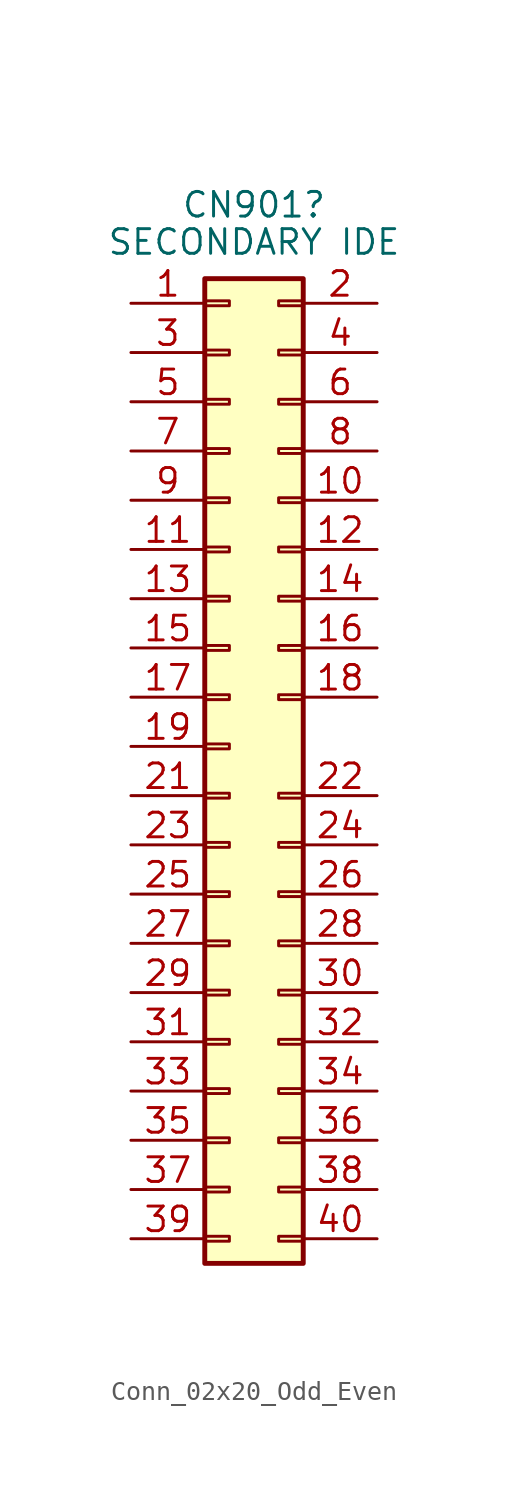
<source format=kicad_sym>
(kicad_symbol_lib
  (version 20220914)
  (generator kicad_symbol_editor)
  (symbol "Conn_02x20_Odd_Even"
    (pin_names
      (offset 1.016) hide)
    (property "Reference" "CN901"
      (at 1.27 27.94 0)
      (effects (font (size 1.27 1.27))))
    (property "Value" "SECONDARY IDE"
      (at 1.27 26.019 0)
      (effects (font (size 1.27 1.27))))
    (symbol "Conn_02x20_Odd_Even_1_1"
      (rectangle (start -1.27 -25.273) (end 0 -25.527) (stroke (width 0.152) (type default)) (fill (type none)))
      (rectangle (start -1.27 -22.733) (end 0 -22.987) (stroke (width 0.152) (type default)) (fill (type none)))
      (rectangle (start -1.27 -20.193) (end 0 -20.447) (stroke (width 0.152) (type default)) (fill (type none)))
      (rectangle (start -1.27 -17.653) (end 0 -17.907) (stroke (width 0.152) (type default)) (fill (type none)))
      (rectangle (start -1.27 -15.113) (end 0 -15.367) (stroke (width 0.152) (type default)) (fill (type none)))
      (rectangle (start -1.27 -12.573) (end 0 -12.827) (stroke (width 0.152) (type default)) (fill (type none)))
      (rectangle (start -1.27 -10.033) (end 0 -10.287) (stroke (width 0.152) (type default)) (fill (type none)))
      (rectangle (start -1.27 -7.493) (end 0 -7.747) (stroke (width 0.152) (type default)) (fill (type none)))
      (rectangle (start -1.27 -4.953) (end 0 -5.207) (stroke (width 0.152) (type default)) (fill (type none)))
      (rectangle (start -1.27 -2.413) (end 0 -2.667) (stroke (width 0.152) (type default)) (fill (type none)))
      (rectangle (start -1.27 0.127) (end 0 -0.127) (stroke (width 0.152) (type default)) (fill (type none)))
      (rectangle (start -1.27 2.667) (end 0 2.413) (stroke (width 0.152) (type default)) (fill (type none)))
      (rectangle (start -1.27 5.207) (end 0 4.953) (stroke (width 0.152) (type default)) (fill (type none)))
      (rectangle (start -1.27 7.747) (end 0 7.493) (stroke (width 0.152) (type default)) (fill (type none)))
      (rectangle (start -1.27 10.287) (end 0 10.033) (stroke (width 0.152) (type default)) (fill (type none)))
      (rectangle (start -1.27 12.827) (end 0 12.573) (stroke (width 0.152) (type default)) (fill (type none)))
      (rectangle (start -1.27 15.367) (end 0 15.113) (stroke (width 0.152) (type default)) (fill (type none)))
      (rectangle (start -1.27 17.907) (end 0 17.653) (stroke (width 0.152) (type default)) (fill (type none)))
      (rectangle (start -1.27 20.447) (end 0 20.193) (stroke (width 0.152) (type default)) (fill (type none)))
      (rectangle (start -1.27 22.987) (end 0 22.733) (stroke (width 0.152) (type default)) (fill (type none)))
      (rectangle (start -1.27 24.13) (end 3.81 -26.67) (stroke (width 0.254) (type default)) (fill (type background)))
      (rectangle (start 3.81 -25.273) (end 2.54 -25.527) (stroke (width 0.152) (type default)) (fill (type none)))
      (rectangle (start 3.81 -22.733) (end 2.54 -22.987) (stroke (width 0.152) (type default)) (fill (type none)))
      (rectangle (start 3.81 -20.193) (end 2.54 -20.447) (stroke (width 0.152) (type default)) (fill (type none)))
      (rectangle (start 3.81 -17.653) (end 2.54 -17.907) (stroke (width 0.152) (type default)) (fill (type none)))
      (rectangle (start 3.81 -15.113) (end 2.54 -15.367) (stroke (width 0.152) (type default)) (fill (type none)))
      (rectangle (start 3.81 -12.573) (end 2.54 -12.827) (stroke (width 0.152) (type default)) (fill (type none)))
      (rectangle (start 3.81 -10.033) (end 2.54 -10.287) (stroke (width 0.152) (type default)) (fill (type none)))
      (rectangle (start 3.81 -7.493) (end 2.54 -7.747) (stroke (width 0.152) (type default)) (fill (type none)))
      (rectangle (start 3.81 -4.953) (end 2.54 -5.207) (stroke (width 0.152) (type default)) (fill (type none)))
      (rectangle (start 3.81 -2.413) (end 2.54 -2.667) (stroke (width 0.152) (type default)) (fill (type none)))
      (rectangle (start 3.81 2.667) (end 2.54 2.413) (stroke (width 0.152) (type default)) (fill (type none)))
      (rectangle (start 3.81 5.207) (end 2.54 4.953) (stroke (width 0.152) (type default)) (fill (type none)))
      (rectangle (start 3.81 7.747) (end 2.54 7.493) (stroke (width 0.152) (type default)) (fill (type none)))
      (rectangle (start 3.81 10.287) (end 2.54 10.033) (stroke (width 0.152) (type default)) (fill (type none)))
      (rectangle (start 3.81 12.827) (end 2.54 12.573) (stroke (width 0.152) (type default)) (fill (type none)))
      (rectangle (start 3.81 15.367) (end 2.54 15.113) (stroke (width 0.152) (type default)) (fill (type none)))
      (rectangle (start 3.81 17.907) (end 2.54 17.653) (stroke (width 0.152) (type default)) (fill (type none)))
      (rectangle (start 3.81 20.447) (end 2.54 20.193) (stroke (width 0.152) (type default)) (fill (type none)))
      (rectangle (start 3.81 22.987) (end 2.54 22.733) (stroke (width 0.152) (type default)) (fill (type none)))
      (pin passive line (at -5.08 22.86 0) (length 3.81) (name "Pin_1" (effects (font (size 1.27 1.27)))) (number "1" (effects (font (size 1.27 1.27)))))
      (pin passive line (at 7.62 12.7 180) (length 3.81) (name "Pin_10" (effects (font (size 1.27 1.27)))) (number "10" (effects (font (size 1.27 1.27)))))
      (pin passive line (at -5.08 10.16 0) (length 3.81) (name "Pin_11" (effects (font (size 1.27 1.27)))) (number "11" (effects (font (size 1.27 1.27)))))
      (pin passive line (at 7.62 10.16 180) (length 3.81) (name "Pin_12" (effects (font (size 1.27 1.27)))) (number "12" (effects (font (size 1.27 1.27)))))
      (pin passive line (at -5.08 7.62 0) (length 3.81) (name "Pin_13" (effects (font (size 1.27 1.27)))) (number "13" (effects (font (size 1.27 1.27)))))
      (pin passive line (at 7.62 7.62 180) (length 3.81) (name "Pin_14" (effects (font (size 1.27 1.27)))) (number "14" (effects (font (size 1.27 1.27)))))
      (pin passive line (at -5.08 5.08 0) (length 3.81) (name "Pin_15" (effects (font (size 1.27 1.27)))) (number "15" (effects (font (size 1.27 1.27)))))
      (pin passive line (at 7.62 5.08 180) (length 3.81) (name "Pin_16" (effects (font (size 1.27 1.27)))) (number "16" (effects (font (size 1.27 1.27)))))
      (pin passive line (at -5.08 2.54 0) (length 3.81) (name "Pin_17" (effects (font (size 1.27 1.27)))) (number "17" (effects (font (size 1.27 1.27)))))
      (pin passive line (at 7.62 2.54 180) (length 3.81) (name "Pin_18" (effects (font (size 1.27 1.27)))) (number "18" (effects (font (size 1.27 1.27)))))
      (pin passive line (at -5.08 0 0) (length 3.81) (name "Pin_19" (effects (font (size 1.27 1.27)))) (number "19" (effects (font (size 1.27 1.27)))))
      (pin passive line (at 7.62 22.86 180) (length 3.81) (name "Pin_2" (effects (font (size 1.27 1.27)))) (number "2" (effects (font (size 1.27 1.27)))))
      (pin passive line (at -5.08 -2.54 0) (length 3.81) (name "Pin_21" (effects (font (size 1.27 1.27)))) (number "21" (effects (font (size 1.27 1.27)))))
      (pin passive line (at 7.62 -2.54 180) (length 3.81) (name "Pin_22" (effects (font (size 1.27 1.27)))) (number "22" (effects (font (size 1.27 1.27)))))
      (pin passive line (at -5.08 -5.08 0) (length 3.81) (name "Pin_23" (effects (font (size 1.27 1.27)))) (number "23" (effects (font (size 1.27 1.27)))))
      (pin passive line (at 7.62 -5.08 180) (length 3.81) (name "Pin_24" (effects (font (size 1.27 1.27)))) (number "24" (effects (font (size 1.27 1.27)))))
      (pin passive line (at -5.08 -7.62 0) (length 3.81) (name "Pin_25" (effects (font (size 1.27 1.27)))) (number "25" (effects (font (size 1.27 1.27)))))
      (pin passive line (at 7.62 -7.62 180) (length 3.81) (name "Pin_26" (effects (font (size 1.27 1.27)))) (number "26" (effects (font (size 1.27 1.27)))))
      (pin passive line (at -5.08 -10.16 0) (length 3.81) (name "Pin_27" (effects (font (size 1.27 1.27)))) (number "27" (effects (font (size 1.27 1.27)))))
      (pin passive line (at 7.62 -10.16 180) (length 3.81) (name "Pin_28" (effects (font (size 1.27 1.27)))) (number "28" (effects (font (size 1.27 1.27)))))
      (pin passive line (at -5.08 -12.7 0) (length 3.81) (name "Pin_29" (effects (font (size 1.27 1.27)))) (number "29" (effects (font (size 1.27 1.27)))))
      (pin passive line (at -5.08 20.32 0) (length 3.81) (name "Pin_3" (effects (font (size 1.27 1.27)))) (number "3" (effects (font (size 1.27 1.27)))))
      (pin passive line (at 7.62 -12.7 180) (length 3.81) (name "Pin_30" (effects (font (size 1.27 1.27)))) (number "30" (effects (font (size 1.27 1.27)))))
      (pin passive line (at -5.08 -15.24 0) (length 3.81) (name "Pin_31" (effects (font (size 1.27 1.27)))) (number "31" (effects (font (size 1.27 1.27)))))
      (pin passive line (at 7.62 -15.24 180) (length 3.81) (name "Pin_32" (effects (font (size 1.27 1.27)))) (number "32" (effects (font (size 1.27 1.27)))))
      (pin passive line (at -5.08 -17.78 0) (length 3.81) (name "Pin_33" (effects (font (size 1.27 1.27)))) (number "33" (effects (font (size 1.27 1.27)))))
      (pin passive line (at 7.62 -17.78 180) (length 3.81) (name "Pin_34" (effects (font (size 1.27 1.27)))) (number "34" (effects (font (size 1.27 1.27)))))
      (pin passive line (at -5.08 -20.32 0) (length 3.81) (name "Pin_35" (effects (font (size 1.27 1.27)))) (number "35" (effects (font (size 1.27 1.27)))))
      (pin passive line (at 7.62 -20.32 180) (length 3.81) (name "Pin_36" (effects (font (size 1.27 1.27)))) (number "36" (effects (font (size 1.27 1.27)))))
      (pin passive line (at -5.08 -22.86 0) (length 3.81) (name "Pin_37" (effects (font (size 1.27 1.27)))) (number "37" (effects (font (size 1.27 1.27)))))
      (pin passive line (at 7.62 -22.86 180) (length 3.81) (name "Pin_38" (effects (font (size 1.27 1.27)))) (number "38" (effects (font (size 1.27 1.27)))))
      (pin passive line (at -5.08 -25.4 0) (length 3.81) (name "Pin_39" (effects (font (size 1.27 1.27)))) (number "39" (effects (font (size 1.27 1.27)))))
      (pin passive line (at 7.62 20.32 180) (length 3.81) (name "Pin_4" (effects (font (size 1.27 1.27)))) (number "4" (effects (font (size 1.27 1.27)))))
      (pin passive line (at 7.62 -25.4 180) (length 3.81) (name "Pin_40" (effects (font (size 1.27 1.27)))) (number "40" (effects (font (size 1.27 1.27)))))
      (pin passive line (at -5.08 17.78 0) (length 3.81) (name "Pin_5" (effects (font (size 1.27 1.27)))) (number "5" (effects (font (size 1.27 1.27)))))
      (pin passive line (at 7.62 17.78 180) (length 3.81) (name "Pin_6" (effects (font (size 1.27 1.27)))) (number "6" (effects (font (size 1.27 1.27)))))
      (pin passive line (at -5.08 15.24 0) (length 3.81) (name "Pin_7" (effects (font (size 1.27 1.27)))) (number "7" (effects (font (size 1.27 1.27)))))
      (pin passive line (at 7.62 15.24 180) (length 3.81) (name "Pin_8" (effects (font (size 1.27 1.27)))) (number "8" (effects (font (size 1.27 1.27)))))
      (pin passive line (at -5.08 12.7 0) (length 3.81) (name "Pin_9" (effects (font (size 1.27 1.27)))) (number "9" (effects (font (size 1.27 1.27))))))))
</source>
